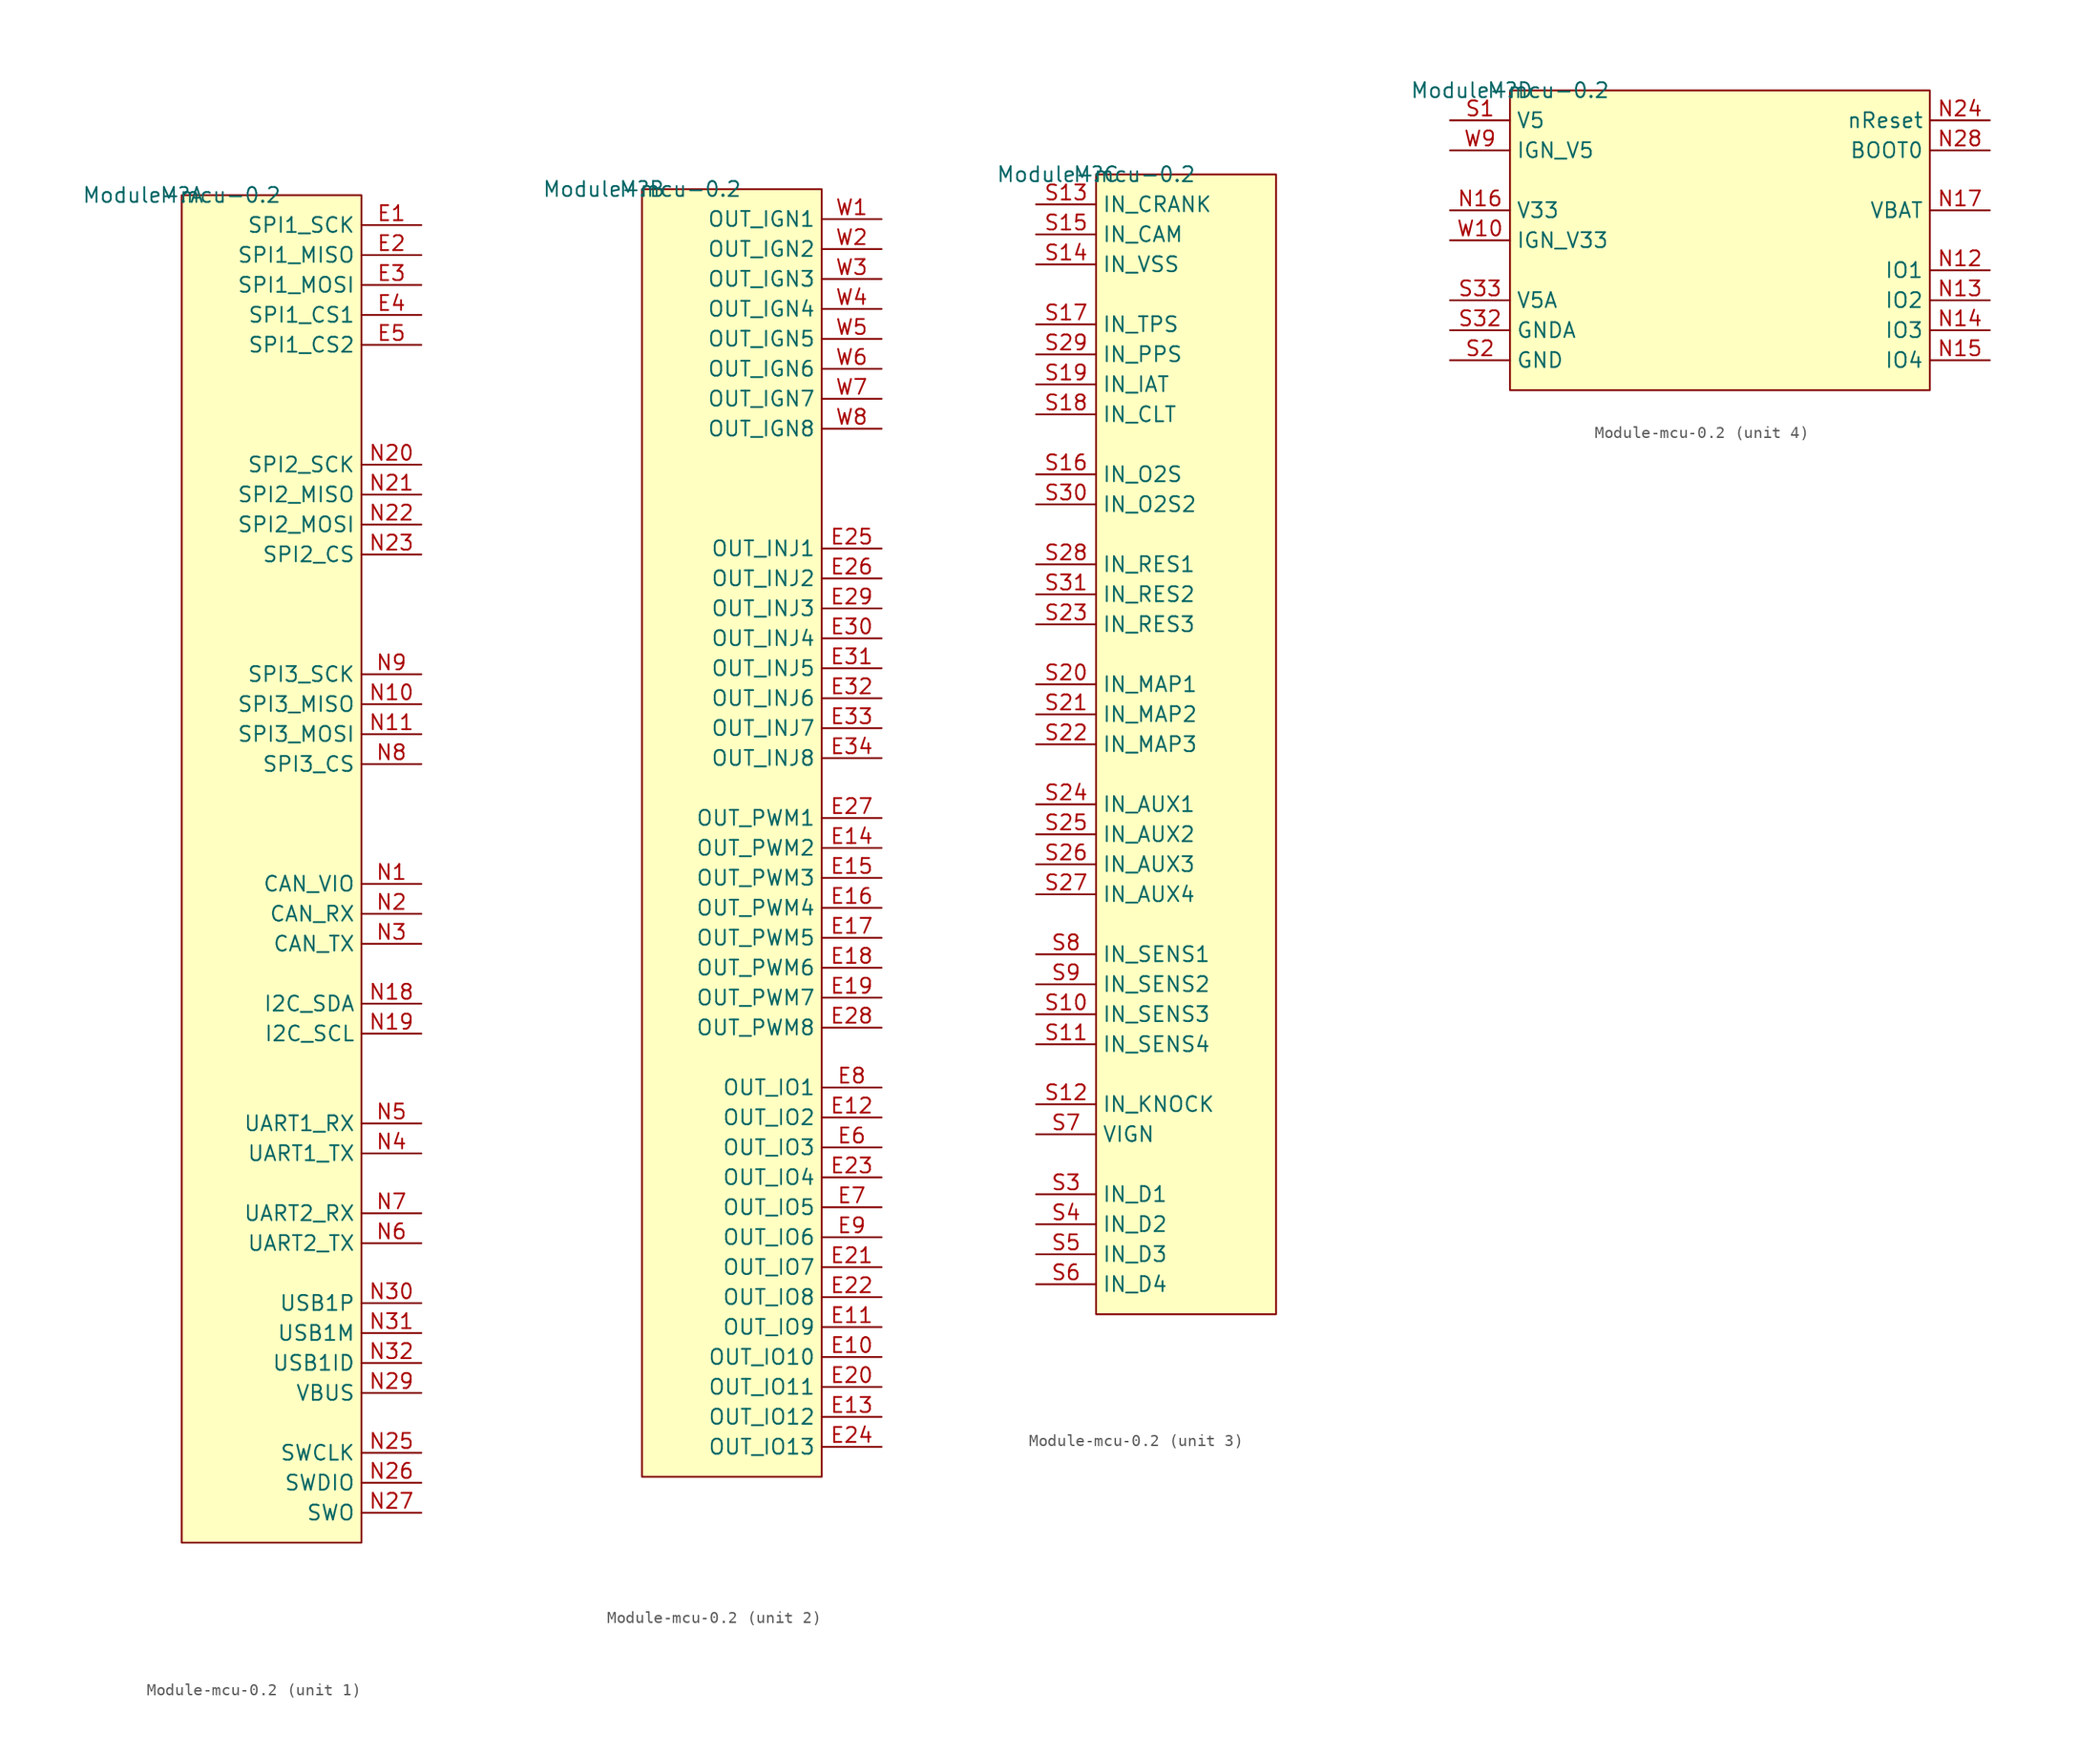
<source format=kicad_sym>
(kicad_symbol_lib
  (version 20201005)
  (generator kicad_symbol_editor)
  (symbol "mcu:Module-mcu-0.2"
    (property "Reference" "M"
      (at 0 0 0)
      (effects (font (size 1.27 1.27))))
    (property "Value" "Module-mcu-0.2"
      (at 0 0 0)
      (effects (font (size 1.27 1.27))))
    (symbol "Module-mcu-0.2_1_0"
      (rectangle (start 15.24 0) (end 0 -114.3) (stroke (width 0)) (fill (type background)))
      (pin passive line (at 20.32 -2.54 180) (length 5.08) (name "SPI1_SCK" (effects (font (size 1.27 1.27)))) (number "E1" (effects (font (size 1.27 1.27)))))
      (pin passive line (at 20.32 -5.08 180) (length 5.08) (name "SPI1_MISO" (effects (font (size 1.27 1.27)))) (number "E2" (effects (font (size 1.27 1.27)))))
      (pin passive line (at 20.32 -7.62 180) (length 5.08) (name "SPI1_MOSI" (effects (font (size 1.27 1.27)))) (number "E3" (effects (font (size 1.27 1.27)))))
      (pin passive line (at 20.32 -10.16 180) (length 5.08) (name "SPI1_CS1" (effects (font (size 1.27 1.27)))) (number "E4" (effects (font (size 1.27 1.27)))))
      (pin passive line (at 20.32 -12.7 180) (length 5.08) (name "SPI1_CS2" (effects (font (size 1.27 1.27)))) (number "E5" (effects (font (size 1.27 1.27)))))
      (pin passive line (at 20.32 -58.42 180) (length 5.08) (name "CAN_VIO" (effects (font (size 1.27 1.27)))) (number "N1" (effects (font (size 1.27 1.27)))))
      (pin passive line (at 20.32 -43.18 180) (length 5.08) (name "SPI3_MISO" (effects (font (size 1.27 1.27)))) (number "N10" (effects (font (size 1.27 1.27)))))
      (pin passive line (at 20.32 -45.72 180) (length 5.08) (name "SPI3_MOSI" (effects (font (size 1.27 1.27)))) (number "N11" (effects (font (size 1.27 1.27)))))
      (pin passive line (at 20.32 -68.58 180) (length 5.08) (name "I2C_SDA" (effects (font (size 1.27 1.27)))) (number "N18" (effects (font (size 1.27 1.27)))))
      (pin passive line (at 20.32 -71.12 180) (length 5.08) (name "I2C_SCL" (effects (font (size 1.27 1.27)))) (number "N19" (effects (font (size 1.27 1.27)))))
      (pin passive line (at 20.32 -60.96 180) (length 5.08) (name "CAN_RX" (effects (font (size 1.27 1.27)))) (number "N2" (effects (font (size 1.27 1.27)))))
      (pin passive line (at 20.32 -22.86 180) (length 5.08) (name "SPI2_SCK" (effects (font (size 1.27 1.27)))) (number "N20" (effects (font (size 1.27 1.27)))))
      (pin passive line (at 20.32 -25.4 180) (length 5.08) (name "SPI2_MISO" (effects (font (size 1.27 1.27)))) (number "N21" (effects (font (size 1.27 1.27)))))
      (pin passive line (at 20.32 -27.94 180) (length 5.08) (name "SPI2_MOSI" (effects (font (size 1.27 1.27)))) (number "N22" (effects (font (size 1.27 1.27)))))
      (pin passive line (at 20.32 -30.48 180) (length 5.08) (name "SPI2_CS" (effects (font (size 1.27 1.27)))) (number "N23" (effects (font (size 1.27 1.27)))))
      (pin passive line (at 20.32 -106.68 180) (length 5.08) (name "SWCLK" (effects (font (size 1.27 1.27)))) (number "N25" (effects (font (size 1.27 1.27)))))
      (pin passive line (at 20.32 -109.22 180) (length 5.08) (name "SWDIO" (effects (font (size 1.27 1.27)))) (number "N26" (effects (font (size 1.27 1.27)))))
      (pin passive line (at 20.32 -111.76 180) (length 5.08) (name "SWO" (effects (font (size 1.27 1.27)))) (number "N27" (effects (font (size 1.27 1.27)))))
      (pin passive line (at 20.32 -101.6 180) (length 5.08) (name "VBUS" (effects (font (size 1.27 1.27)))) (number "N29" (effects (font (size 1.27 1.27)))))
      (pin passive line (at 20.32 -63.5 180) (length 5.08) (name "CAN_TX" (effects (font (size 1.27 1.27)))) (number "N3" (effects (font (size 1.27 1.27)))))
      (pin passive line (at 20.32 -93.98 180) (length 5.08) (name "USB1P" (effects (font (size 1.27 1.27)))) (number "N30" (effects (font (size 1.27 1.27)))))
      (pin passive line (at 20.32 -96.52 180) (length 5.08) (name "USB1M" (effects (font (size 1.27 1.27)))) (number "N31" (effects (font (size 1.27 1.27)))))
      (pin passive line (at 20.32 -99.06 180) (length 5.08) (name "USB1ID" (effects (font (size 1.27 1.27)))) (number "N32" (effects (font (size 1.27 1.27)))))
      (pin passive line (at 20.32 -81.28 180) (length 5.08) (name "UART1_TX" (effects (font (size 1.27 1.27)))) (number "N4" (effects (font (size 1.27 1.27)))))
      (pin passive line (at 20.32 -78.74 180) (length 5.08) (name "UART1_RX" (effects (font (size 1.27 1.27)))) (number "N5" (effects (font (size 1.27 1.27)))))
      (pin passive line (at 20.32 -88.9 180) (length 5.08) (name "UART2_TX" (effects (font (size 1.27 1.27)))) (number "N6" (effects (font (size 1.27 1.27)))))
      (pin passive line (at 20.32 -86.36 180) (length 5.08) (name "UART2_RX" (effects (font (size 1.27 1.27)))) (number "N7" (effects (font (size 1.27 1.27)))))
      (pin passive line (at 20.32 -48.26 180) (length 5.08) (name "SPI3_CS" (effects (font (size 1.27 1.27)))) (number "N8" (effects (font (size 1.27 1.27)))))
      (pin passive line (at 20.32 -40.64 180) (length 5.08) (name "SPI3_SCK" (effects (font (size 1.27 1.27)))) (number "N9" (effects (font (size 1.27 1.27))))))
    (symbol "Module-mcu-0.2_2_0"
      (rectangle (start 15.24 0) (end 0 -109.22) (stroke (width 0)) (fill (type background)))
      (pin passive line (at 20.32 -99.06 180) (length 5.08) (name "OUT_IO10" (effects (font (size 1.27 1.27)))) (number "E10" (effects (font (size 1.27 1.27)))))
      (pin passive line (at 20.32 -96.52 180) (length 5.08) (name "OUT_IO9" (effects (font (size 1.27 1.27)))) (number "E11" (effects (font (size 1.27 1.27)))))
      (pin passive line (at 20.32 -78.74 180) (length 5.08) (name "OUT_IO2" (effects (font (size 1.27 1.27)))) (number "E12" (effects (font (size 1.27 1.27)))))
      (pin passive line (at 20.32 -104.14 180) (length 5.08) (name "OUT_IO12" (effects (font (size 1.27 1.27)))) (number "E13" (effects (font (size 1.27 1.27)))))
      (pin passive line (at 20.32 -55.88 180) (length 5.08) (name "OUT_PWM2" (effects (font (size 1.27 1.27)))) (number "E14" (effects (font (size 1.27 1.27)))))
      (pin passive line (at 20.32 -58.42 180) (length 5.08) (name "OUT_PWM3" (effects (font (size 1.27 1.27)))) (number "E15" (effects (font (size 1.27 1.27)))))
      (pin passive line (at 20.32 -60.96 180) (length 5.08) (name "OUT_PWM4" (effects (font (size 1.27 1.27)))) (number "E16" (effects (font (size 1.27 1.27)))))
      (pin passive line (at 20.32 -63.5 180) (length 5.08) (name "OUT_PWM5" (effects (font (size 1.27 1.27)))) (number "E17" (effects (font (size 1.27 1.27)))))
      (pin passive line (at 20.32 -66.04 180) (length 5.08) (name "OUT_PWM6" (effects (font (size 1.27 1.27)))) (number "E18" (effects (font (size 1.27 1.27)))))
      (pin passive line (at 20.32 -68.58 180) (length 5.08) (name "OUT_PWM7" (effects (font (size 1.27 1.27)))) (number "E19" (effects (font (size 1.27 1.27)))))
      (pin passive line (at 20.32 -101.6 180) (length 5.08) (name "OUT_IO11" (effects (font (size 1.27 1.27)))) (number "E20" (effects (font (size 1.27 1.27)))))
      (pin passive line (at 20.32 -91.44 180) (length 5.08) (name "OUT_IO7" (effects (font (size 1.27 1.27)))) (number "E21" (effects (font (size 1.27 1.27)))))
      (pin passive line (at 20.32 -93.98 180) (length 5.08) (name "OUT_IO8" (effects (font (size 1.27 1.27)))) (number "E22" (effects (font (size 1.27 1.27)))))
      (pin passive line (at 20.32 -83.82 180) (length 5.08) (name "OUT_IO4" (effects (font (size 1.27 1.27)))) (number "E23" (effects (font (size 1.27 1.27)))))
      (pin passive line (at 20.32 -106.68 180) (length 5.08) (name "OUT_IO13" (effects (font (size 1.27 1.27)))) (number "E24" (effects (font (size 1.27 1.27)))))
      (pin passive line (at 20.32 -30.48 180) (length 5.08) (name "OUT_INJ1" (effects (font (size 1.27 1.27)))) (number "E25" (effects (font (size 1.27 1.27)))))
      (pin passive line (at 20.32 -33.02 180) (length 5.08) (name "OUT_INJ2" (effects (font (size 1.27 1.27)))) (number "E26" (effects (font (size 1.27 1.27)))))
      (pin passive line (at 20.32 -53.34 180) (length 5.08) (name "OUT_PWM1" (effects (font (size 1.27 1.27)))) (number "E27" (effects (font (size 1.27 1.27)))))
      (pin passive line (at 20.32 -71.12 180) (length 5.08) (name "OUT_PWM8" (effects (font (size 1.27 1.27)))) (number "E28" (effects (font (size 1.27 1.27)))))
      (pin passive line (at 20.32 -35.56 180) (length 5.08) (name "OUT_INJ3" (effects (font (size 1.27 1.27)))) (number "E29" (effects (font (size 1.27 1.27)))))
      (pin passive line (at 20.32 -38.1 180) (length 5.08) (name "OUT_INJ4" (effects (font (size 1.27 1.27)))) (number "E30" (effects (font (size 1.27 1.27)))))
      (pin passive line (at 20.32 -40.64 180) (length 5.08) (name "OUT_INJ5" (effects (font (size 1.27 1.27)))) (number "E31" (effects (font (size 1.27 1.27)))))
      (pin passive line (at 20.32 -43.18 180) (length 5.08) (name "OUT_INJ6" (effects (font (size 1.27 1.27)))) (number "E32" (effects (font (size 1.27 1.27)))))
      (pin passive line (at 20.32 -45.72 180) (length 5.08) (name "OUT_INJ7" (effects (font (size 1.27 1.27)))) (number "E33" (effects (font (size 1.27 1.27)))))
      (pin passive line (at 20.32 -48.26 180) (length 5.08) (name "OUT_INJ8" (effects (font (size 1.27 1.27)))) (number "E34" (effects (font (size 1.27 1.27)))))
      (pin passive line (at 20.32 -81.28 180) (length 5.08) (name "OUT_IO3" (effects (font (size 1.27 1.27)))) (number "E6" (effects (font (size 1.27 1.27)))))
      (pin passive line (at 20.32 -86.36 180) (length 5.08) (name "OUT_IO5" (effects (font (size 1.27 1.27)))) (number "E7" (effects (font (size 1.27 1.27)))))
      (pin passive line (at 20.32 -76.2 180) (length 5.08) (name "OUT_IO1" (effects (font (size 1.27 1.27)))) (number "E8" (effects (font (size 1.27 1.27)))))
      (pin passive line (at 20.32 -88.9 180) (length 5.08) (name "OUT_IO6" (effects (font (size 1.27 1.27)))) (number "E9" (effects (font (size 1.27 1.27)))))
      (pin passive line (at 20.32 -2.54 180) (length 5.08) (name "OUT_IGN1" (effects (font (size 1.27 1.27)))) (number "W1" (effects (font (size 1.27 1.27)))))
      (pin passive line (at 20.32 -5.08 180) (length 5.08) (name "OUT_IGN2" (effects (font (size 1.27 1.27)))) (number "W2" (effects (font (size 1.27 1.27)))))
      (pin passive line (at 20.32 -7.62 180) (length 5.08) (name "OUT_IGN3" (effects (font (size 1.27 1.27)))) (number "W3" (effects (font (size 1.27 1.27)))))
      (pin passive line (at 20.32 -10.16 180) (length 5.08) (name "OUT_IGN4" (effects (font (size 1.27 1.27)))) (number "W4" (effects (font (size 1.27 1.27)))))
      (pin passive line (at 20.32 -12.7 180) (length 5.08) (name "OUT_IGN5" (effects (font (size 1.27 1.27)))) (number "W5" (effects (font (size 1.27 1.27)))))
      (pin passive line (at 20.32 -15.24 180) (length 5.08) (name "OUT_IGN6" (effects (font (size 1.27 1.27)))) (number "W6" (effects (font (size 1.27 1.27)))))
      (pin passive line (at 20.32 -17.78 180) (length 5.08) (name "OUT_IGN7" (effects (font (size 1.27 1.27)))) (number "W7" (effects (font (size 1.27 1.27)))))
      (pin passive line (at 20.32 -20.32 180) (length 5.08) (name "OUT_IGN8" (effects (font (size 1.27 1.27)))) (number "W8" (effects (font (size 1.27 1.27))))))
    (symbol "Module-mcu-0.2_3_0"
      (rectangle (start 15.24 0) (end 0 -96.52) (stroke (width 0)) (fill (type background)))
      (pin passive line (at -5.08 -71.12 0) (length 5.08) (name "IN_SENS3" (effects (font (size 1.27 1.27)))) (number "S10" (effects (font (size 1.27 1.27)))))
      (pin passive line (at -5.08 -73.66 0) (length 5.08) (name "IN_SENS4" (effects (font (size 1.27 1.27)))) (number "S11" (effects (font (size 1.27 1.27)))))
      (pin passive line (at -5.08 -78.74 0) (length 5.08) (name "IN_KNOCK" (effects (font (size 1.27 1.27)))) (number "S12" (effects (font (size 1.27 1.27)))))
      (pin passive line (at -5.08 -2.54 0) (length 5.08) (name "IN_CRANK" (effects (font (size 1.27 1.27)))) (number "S13" (effects (font (size 1.27 1.27)))))
      (pin passive line (at -5.08 -7.62 0) (length 5.08) (name "IN_VSS" (effects (font (size 1.27 1.27)))) (number "S14" (effects (font (size 1.27 1.27)))))
      (pin passive line (at -5.08 -5.08 0) (length 5.08) (name "IN_CAM" (effects (font (size 1.27 1.27)))) (number "S15" (effects (font (size 1.27 1.27)))))
      (pin passive line (at -5.08 -25.4 0) (length 5.08) (name "IN_O2S" (effects (font (size 1.27 1.27)))) (number "S16" (effects (font (size 1.27 1.27)))))
      (pin passive line (at -5.08 -12.7 0) (length 5.08) (name "IN_TPS" (effects (font (size 1.27 1.27)))) (number "S17" (effects (font (size 1.27 1.27)))))
      (pin passive line (at -5.08 -20.32 0) (length 5.08) (name "IN_CLT" (effects (font (size 1.27 1.27)))) (number "S18" (effects (font (size 1.27 1.27)))))
      (pin passive line (at -5.08 -17.78 0) (length 5.08) (name "IN_IAT" (effects (font (size 1.27 1.27)))) (number "S19" (effects (font (size 1.27 1.27)))))
      (pin passive line (at -5.08 -43.18 0) (length 5.08) (name "IN_MAP1" (effects (font (size 1.27 1.27)))) (number "S20" (effects (font (size 1.27 1.27)))))
      (pin passive line (at -5.08 -45.72 0) (length 5.08) (name "IN_MAP2" (effects (font (size 1.27 1.27)))) (number "S21" (effects (font (size 1.27 1.27)))))
      (pin passive line (at -5.08 -48.26 0) (length 5.08) (name "IN_MAP3" (effects (font (size 1.27 1.27)))) (number "S22" (effects (font (size 1.27 1.27)))))
      (pin passive line (at -5.08 -38.1 0) (length 5.08) (name "IN_RES3" (effects (font (size 1.27 1.27)))) (number "S23" (effects (font (size 1.27 1.27)))))
      (pin passive line (at -5.08 -53.34 0) (length 5.08) (name "IN_AUX1" (effects (font (size 1.27 1.27)))) (number "S24" (effects (font (size 1.27 1.27)))))
      (pin passive line (at -5.08 -55.88 0) (length 5.08) (name "IN_AUX2" (effects (font (size 1.27 1.27)))) (number "S25" (effects (font (size 1.27 1.27)))))
      (pin passive line (at -5.08 -58.42 0) (length 5.08) (name "IN_AUX3" (effects (font (size 1.27 1.27)))) (number "S26" (effects (font (size 1.27 1.27)))))
      (pin passive line (at -5.08 -60.96 0) (length 5.08) (name "IN_AUX4" (effects (font (size 1.27 1.27)))) (number "S27" (effects (font (size 1.27 1.27)))))
      (pin passive line (at -5.08 -33.02 0) (length 5.08) (name "IN_RES1" (effects (font (size 1.27 1.27)))) (number "S28" (effects (font (size 1.27 1.27)))))
      (pin passive line (at -5.08 -15.24 0) (length 5.08) (name "IN_PPS" (effects (font (size 1.27 1.27)))) (number "S29" (effects (font (size 1.27 1.27)))))
      (pin passive line (at -5.08 -86.36 0) (length 5.08) (name "IN_D1" (effects (font (size 1.27 1.27)))) (number "S3" (effects (font (size 1.27 1.27)))))
      (pin passive line (at -5.08 -27.94 0) (length 5.08) (name "IN_O2S2" (effects (font (size 1.27 1.27)))) (number "S30" (effects (font (size 1.27 1.27)))))
      (pin passive line (at -5.08 -35.56 0) (length 5.08) (name "IN_RES2" (effects (font (size 1.27 1.27)))) (number "S31" (effects (font (size 1.27 1.27)))))
      (pin passive line (at -5.08 -88.9 0) (length 5.08) (name "IN_D2" (effects (font (size 1.27 1.27)))) (number "S4" (effects (font (size 1.27 1.27)))))
      (pin passive line (at -5.08 -91.44 0) (length 5.08) (name "IN_D3" (effects (font (size 1.27 1.27)))) (number "S5" (effects (font (size 1.27 1.27)))))
      (pin passive line (at -5.08 -93.98 0) (length 5.08) (name "IN_D4" (effects (font (size 1.27 1.27)))) (number "S6" (effects (font (size 1.27 1.27)))))
      (pin passive line (at -5.08 -81.28 0) (length 5.08) (name "VIGN" (effects (font (size 1.27 1.27)))) (number "S7" (effects (font (size 1.27 1.27)))))
      (pin passive line (at -5.08 -66.04 0) (length 5.08) (name "IN_SENS1" (effects (font (size 1.27 1.27)))) (number "S8" (effects (font (size 1.27 1.27)))))
      (pin passive line (at -5.08 -68.58 0) (length 5.08) (name "IN_SENS2" (effects (font (size 1.27 1.27)))) (number "S9" (effects (font (size 1.27 1.27))))))
    (symbol "Module-mcu-0.2_4_0"
      (rectangle (start 35.56 0) (end 0 -25.4) (stroke (width 0)) (fill (type background)))
      (pin passive line (at 40.64 -15.24 180) (length 5.08) (name "IO1" (effects (font (size 1.27 1.27)))) (number "N12" (effects (font (size 1.27 1.27)))))
      (pin passive line (at 40.64 -17.78 180) (length 5.08) (name "IO2" (effects (font (size 1.27 1.27)))) (number "N13" (effects (font (size 1.27 1.27)))))
      (pin passive line (at 40.64 -20.32 180) (length 5.08) (name "IO3" (effects (font (size 1.27 1.27)))) (number "N14" (effects (font (size 1.27 1.27)))))
      (pin passive line (at 40.64 -22.86 180) (length 5.08) (name "IO4" (effects (font (size 1.27 1.27)))) (number "N15" (effects (font (size 1.27 1.27)))))
      (pin passive line (at -5.08 -10.16 0) (length 5.08) (name "V33" (effects (font (size 1.27 1.27)))) (number "N16" (effects (font (size 1.27 1.27)))))
      (pin passive line (at 40.64 -10.16 180) (length 5.08) (name "VBAT" (effects (font (size 1.27 1.27)))) (number "N17" (effects (font (size 1.27 1.27)))))
      (pin passive line (at 40.64 -2.54 180) (length 5.08) (name "nReset" (effects (font (size 1.27 1.27)))) (number "N24" (effects (font (size 1.27 1.27)))))
      (pin passive line (at 40.64 -5.08 180) (length 5.08) (name "BOOT0" (effects (font (size 1.27 1.27)))) (number "N28" (effects (font (size 1.27 1.27)))))
      (pin passive line (at -5.08 -2.54 0) (length 5.08) (name "V5" (effects (font (size 1.27 1.27)))) (number "S1" (effects (font (size 1.27 1.27)))))
      (pin passive line (at -5.08 -22.86 0) (length 5.08) (name "GND" (effects (font (size 1.27 1.27)))) (number "S2" (effects (font (size 1.27 1.27)))))
      (pin passive line (at -5.08 -20.32 0) (length 5.08) (name "GNDA" (effects (font (size 1.27 1.27)))) (number "S32" (effects (font (size 1.27 1.27)))))
      (pin passive line (at -5.08 -17.78 0) (length 5.08) (name "V5A" (effects (font (size 1.27 1.27)))) (number "S33" (effects (font (size 1.27 1.27)))))
      (pin passive line (at -5.08 -12.7 0) (length 5.08) (name "IGN_V33" (effects (font (size 1.27 1.27)))) (number "W10" (effects (font (size 1.27 1.27)))))
      (pin passive line (at -5.08 -5.08 0) (length 5.08) (name "IGN_V5" (effects (font (size 1.27 1.27)))) (number "W9" (effects (font (size 1.27 1.27))))))))
</source>
